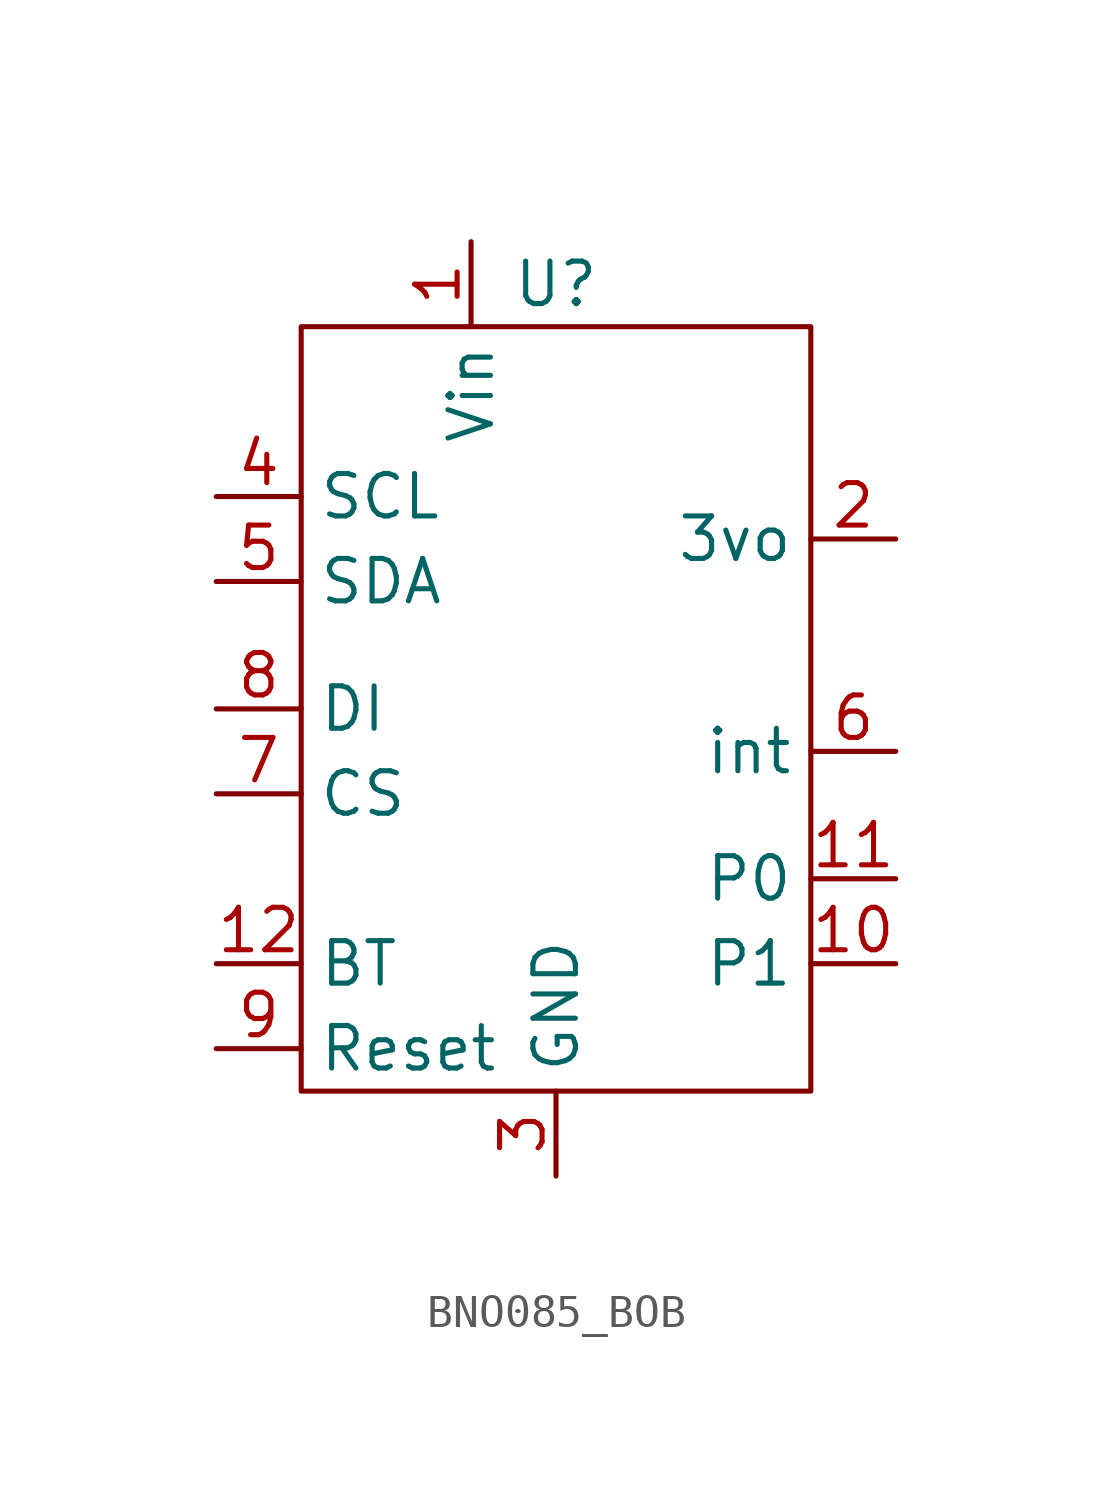
<source format=kicad_sym>
(kicad_symbol_lib
  (version 20220914)
  (generator kicad_symbol_editor)
  (symbol "BNO085_BOB"
    (property "Reference" "U"
      (at 0 12.7 0)
      (effects (font (size 1.27 1.27))))
    (property "Value" ""
      (at 0 0 0)
      (effects (font (size 1.27 1.27))))
    (symbol "BNO085_BOB_0_1"
      (rectangle (start -7.62 11.43) (end 7.62 -11.43) (stroke (width 0) (type default)) (fill (type none))))
    (symbol "BNO085_BOB_1_1"
      (pin input line (at -2.54 13.97 270) (length 2.54) (name "Vin" (effects (font (size 1.27 1.27)))) (number "1" (effects (font (size 1.27 1.27)))))
      (pin input line (at 10.16 -7.62 180) (length 2.54) (name "P1" (effects (font (size 1.27 1.27)))) (number "10" (effects (font (size 1.27 1.27)))))
      (pin input line (at 10.16 -5.08 180) (length 2.54) (name "P0" (effects (font (size 1.27 1.27)))) (number "11" (effects (font (size 1.27 1.27)))))
      (pin input line (at -10.16 -7.62 0) (length 2.54) (name "BT" (effects (font (size 1.27 1.27)))) (number "12" (effects (font (size 1.27 1.27)))))
      (pin power_out line (at 10.16 5.08 180) (length 2.54) (name "3vo" (effects (font (size 1.27 1.27)))) (number "2" (effects (font (size 1.27 1.27)))))
      (pin output line (at 0 -13.97 90) (length 2.54) (name "GND" (effects (font (size 1.27 1.27)))) (number "3" (effects (font (size 1.27 1.27)))))
      (pin input line (at -10.16 6.35 0) (length 2.54) (name "SCL" (effects (font (size 1.27 1.27)))) (number "4" (effects (font (size 1.27 1.27)))))
      (pin bidirectional line (at -10.16 3.81 0) (length 2.54) (name "SDA" (effects (font (size 1.27 1.27)))) (number "5" (effects (font (size 1.27 1.27)))))
      (pin output line (at 10.16 -1.27 180) (length 2.54) (name "int" (effects (font (size 1.27 1.27)))) (number "6" (effects (font (size 1.27 1.27)))))
      (pin input line (at -10.16 -2.54 0) (length 2.54) (name "CS" (effects (font (size 1.27 1.27)))) (number "7" (effects (font (size 1.27 1.27)))))
      (pin input line (at -10.16 0 0) (length 2.54) (name "DI" (effects (font (size 1.27 1.27)))) (number "8" (effects (font (size 1.27 1.27)))))
      (pin output line (at -10.16 -10.16 0) (length 2.54) (name "Reset" (effects (font (size 1.27 1.27)))) (number "9" (effects (font (size 1.27 1.27))))))))
</source>
